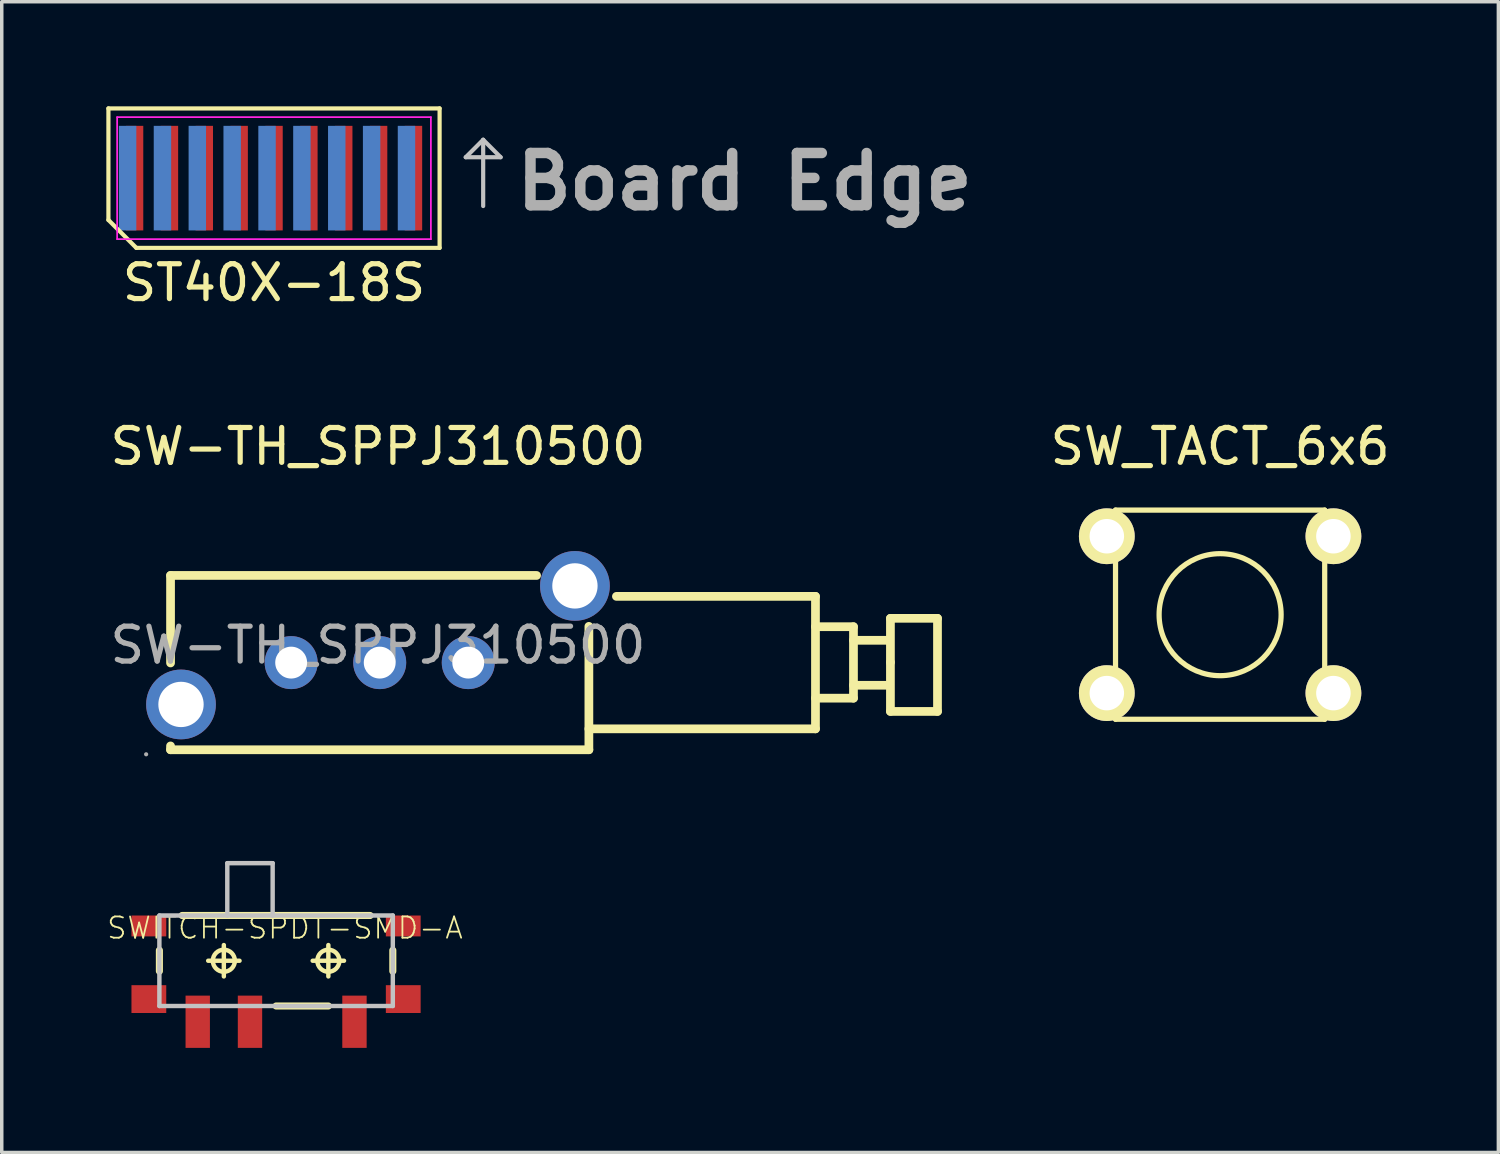
<source format=kicad_pcb>
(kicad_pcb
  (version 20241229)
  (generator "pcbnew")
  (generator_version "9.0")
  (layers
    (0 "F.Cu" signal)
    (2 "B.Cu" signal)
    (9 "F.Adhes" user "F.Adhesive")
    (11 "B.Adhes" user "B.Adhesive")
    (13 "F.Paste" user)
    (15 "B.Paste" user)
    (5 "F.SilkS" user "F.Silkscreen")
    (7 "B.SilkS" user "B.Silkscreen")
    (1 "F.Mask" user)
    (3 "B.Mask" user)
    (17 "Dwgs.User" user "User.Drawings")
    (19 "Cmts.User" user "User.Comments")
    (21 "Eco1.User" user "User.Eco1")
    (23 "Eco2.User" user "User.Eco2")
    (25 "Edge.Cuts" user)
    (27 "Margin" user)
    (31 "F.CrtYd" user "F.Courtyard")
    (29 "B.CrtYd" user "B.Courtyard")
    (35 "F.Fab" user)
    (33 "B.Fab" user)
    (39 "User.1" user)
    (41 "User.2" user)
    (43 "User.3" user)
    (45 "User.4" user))
  (footprint "ST40X-18S"
    (layer "F.Cu")
    (at 4.81 2.06)
    (property "Reference" "ST40X-18S" (at 0 3 0) (layer "F.SilkS") (effects (font (size 1 1) (thickness 0.15))))
    (attr smd)
    (fp_line (start -4.75 -2) (end 4.75 -2) (stroke (width 0.12) (type solid)) (layer "F.SilkS"))
    (fp_line (start -4.75 1.2) (end -4.75 -2) (stroke (width 0.12) (type solid)) (layer "F.SilkS"))
    (fp_line (start -3.95 2) (end -4.75 1.2) (stroke (width 0.12) (type solid)) (layer "F.SilkS"))
    (fp_line (start 4.75 -2) (end 4.75 2) (stroke (width 0.12) (type solid)) (layer "F.SilkS"))
    (fp_line (start 4.75 2) (end -3.95 2) (stroke (width 0.12) (type solid)) (layer "F.SilkS"))
    (fp_line (start 5.5 -0.6) (end 6.5 -0.6) (stroke (width 0.12) (type solid)) (layer "Dwgs.User"))
    (fp_line (start 6 -1.1) (end 5.5 -0.6) (stroke (width 0.12) (type solid)) (layer "Dwgs.User"))
    (fp_line (start 6 0.8) (end 6 -1.1) (stroke (width 0.12) (type solid)) (layer "Dwgs.User"))
    (fp_line (start 6.5 -0.6) (end 6 -1.1) (stroke (width 0.12) (type solid)) (layer "Dwgs.User"))
    (fp_line (start -4.5 -1.75) (end 4.5 -1.75) (stroke (width 0.05) (type solid)) (layer "F.CrtYd"))
    (fp_line (start -4.5 1.75) (end -4.5 -1.75) (stroke (width 0.05) (type solid)) (layer "F.CrtYd"))
    (fp_line (start 4.5 -1.75) (end 4.5 1.75) (stroke (width 0.05) (type solid)) (layer "F.CrtYd"))
    (fp_line (start 4.5 1.75) (end -4.5 1.75) (stroke (width 0.05) (type solid)) (layer "F.CrtYd"))
    (fp_text user "Board Edge" (at 13.5 0.1 0) (layer "F.Fab") (effects (font (size 1.5 1.5) (thickness 0.3))))
    (pad "1" smd rect (at -4 0) (size 0.5 3) (layers "F.Cu" "F.Mask" "F.Paste"))
    (pad "2" smd rect (at -4.2 0) (size 0.5 3) (layers "B.Cu" "B.Mask" "B.Paste"))
    (pad "3" smd rect (at -3 0) (size 0.5 3) (layers "F.Cu" "F.Mask" "F.Paste"))
    (pad "4" smd rect (at -3.2 0) (size 0.5 3) (layers "B.Cu" "B.Mask" "B.Paste"))
    (pad "5" smd rect (at -2 0) (size 0.5 3) (layers "F.Cu" "F.Mask" "F.Paste"))
    (pad "6" smd rect (at -2.2 0) (size 0.5 3) (layers "B.Cu" "B.Mask" "B.Paste"))
    (pad "7" smd rect (at -1 0) (size 0.5 3) (layers "F.Cu" "F.Mask" "F.Paste"))
    (pad "8" smd rect (at -1.2 0) (size 0.5 3) (layers "B.Cu" "B.Mask" "B.Paste"))
    (pad "9" smd rect (at 0 0) (size 0.5 3) (layers "F.Cu" "F.Mask" "F.Paste"))
    (pad "10" smd rect (at -0.2 0) (size 0.5 3) (layers "B.Cu" "B.Mask" "B.Paste"))
    (pad "11" smd rect (at 1 0) (size 0.5 3) (layers "F.Cu" "F.Mask" "F.Paste"))
    (pad "12" smd rect (at 0.8 0) (size 0.5 3) (layers "B.Cu" "B.Mask" "B.Paste"))
    (pad "13" smd rect (at 2 0) (size 0.5 3) (layers "F.Cu" "F.Mask" "F.Paste"))
    (pad "14" smd rect (at 1.8 0) (size 0.5 3) (layers "B.Cu" "B.Mask" "B.Paste"))
    (pad "15" smd rect (at 3 0) (size 0.5 3) (layers "F.Cu" "F.Mask" "F.Paste"))
    (pad "16" smd rect (at 2.8 0) (size 0.5 3) (layers "B.Cu" "B.Mask" "B.Paste"))
    (pad "17" smd rect (at 4 0) (size 0.5 3) (layers "F.Cu" "F.Mask" "F.Paste"))
    (pad "18" smd rect (at 3.8 0) (size 0.5 3) (layers "B.Cu" "B.Mask" "B.Paste")))
  (footprint "SW-TH_SPPJ310500"
    (layer "F.Cu")
    (at 7.792 15.457)
    (property "Reference" "SW-TH_SPPJ310500" (at 0 -5.7 0) (layer "F.SilkS") (effects (font (size 1 1) (thickness 0.15))))
    (attr through_hole)
    (fp_line (start -5.95 -2) (end -5.95 0.51) (stroke (width 0.25) (type solid)) (layer "F.SilkS"))
    (fp_line (start -5.95 -2) (end 4.55 -2) (stroke (width 0.25) (type solid)) (layer "F.SilkS"))
    (fp_line (start -5.95 2.89) (end -5.95 3) (stroke (width 0.25) (type solid)) (layer "F.SilkS"))
    (fp_line (start -5.95 3) (end 6.05 3) (stroke (width 0.25) (type solid)) (layer "F.SilkS"))
    (fp_line (start 6.05 2.4) (end 12.55 2.4) (stroke (width 0.25) (type solid)) (layer "F.SilkS"))
    (fp_line (start 6.05 3) (end 6.05 -0.54) (stroke (width 0.25) (type solid)) (layer "F.SilkS"))
    (fp_line (start 12.55 -1.4) (end 6.84 -1.4) (stroke (width 0.25) (type solid)) (layer "F.SilkS"))
    (fp_line (start 12.55 -0.53) (end 13.64 -0.53) (stroke (width 0.25) (type solid)) (layer "F.SilkS"))
    (fp_line (start 12.55 2.4) (end 12.55 -1.4) (stroke (width 0.25) (type solid)) (layer "F.SilkS"))
    (fp_line (start 13.64 -0.53) (end 13.64 1.52) (stroke (width 0.25) (type solid)) (layer "F.SilkS"))
    (fp_line (start 13.64 -0.14) (end 14.66 -0.14) (stroke (width 0.25) (type solid)) (layer "F.SilkS"))
    (fp_line (start 13.64 1.15) (end 14.66 1.15) (stroke (width 0.25) (type solid)) (layer "F.SilkS"))
    (fp_line (start 13.64 1.52) (end 12.55 1.52) (stroke (width 0.25) (type solid)) (layer "F.SilkS"))
    (fp_line (start 14.7 -0.77) (end 16.05 -0.77) (stroke (width 0.25) (type solid)) (layer "F.SilkS"))
    (fp_line (start 14.7 0.49) (end 14.7 -0.77) (stroke (width 0.25) (type solid)) (layer "F.SilkS"))
    (fp_line (start 14.7 0.49) (end 14.7 1.9) (stroke (width 0.25) (type solid)) (layer "F.SilkS"))
    (fp_line (start 14.7 1.9) (end 16.05 1.9) (stroke (width 0.25) (type solid)) (layer "F.SilkS"))
    (fp_line (start 16.05 -0.77) (end 16.05 1.9) (stroke (width 0.25) (type solid)) (layer "F.SilkS"))
    (fp_circle (center -6.65 3.13) (end -6.62 3.13) (stroke (width 0.06) (type solid)) (fill no) (layer "F.Fab"))
    (fp_circle (center -5.65 1.7) (end -5.37 1.7) (stroke (width 0.55) (type solid)) (fill no) (layer "F.Fab"))
    (fp_circle (center -2.49 0.5) (end -2.31 0.5) (stroke (width 0.36) (type solid)) (fill no) (layer "F.Fab"))
    (fp_circle (center 0.05 0.5) (end 0.23 0.5) (stroke (width 0.36) (type solid)) (fill no) (layer "F.Fab"))
    (fp_circle (center 2.59 0.5) (end 2.77 0.5) (stroke (width 0.36) (type solid)) (fill no) (layer "F.Fab"))
    (fp_circle (center 5.65 -1.7) (end 5.93 -1.7) (stroke (width 0.55) (type solid)) (fill no) (layer "F.Fab"))
    (fp_text user "${REFERENCE}" (at 0 0 0) (layer "F.Fab") (effects (font (size 1 1) (thickness 0.15))))
    (pad "1" thru_hole circle (at -2.49 0.5) (size 1.52 1.52) (drill 0.914) (layers "*.Cu" "*.Paste" "*.Mask"))
    (pad "2" thru_hole circle (at 0.05 0.5) (size 1.52 1.52) (drill 0.914) (layers "*.Cu" "*.Paste" "*.Mask"))
    (pad "3" thru_hole circle (at 2.59 0.5) (size 1.52 1.52) (drill 0.914) (layers "*.Cu" "*.Paste" "*.Mask"))
    (pad "4" thru_hole circle (at -5.65 1.7) (size 2 2) (drill 1.3) (layers "*.Cu" "*.Paste" "*.Mask"))
    (pad "4" thru_hole circle (at 5.65 -1.7) (size 2 2) (drill 1.3) (layers "*.Cu" "*.Paste" "*.Mask")))
  (footprint "SWITCH-SPDT-SMD-A"
    (layer "F.Cu")
    (at 4.87 24.509)
    (property "Reference" "SWITCH-SPDT-SMD-A" (at 0.254 -0.94 0) (layer "F.SilkS") (effects (font (size 0.61 0.61) (thickness 0.051))))
    (attr smd)
    (fp_line (start -3.348 -0.3) (end -3.348 0.3) (stroke (width 0.203) (type solid)) (layer "F.SilkS"))
    (fp_line (start -1.948 0) (end -1.049 0) (stroke (width 0.127) (type solid)) (layer "F.SilkS"))
    (fp_line (start -1.499 0.45) (end -1.499 -0.45) (stroke (width 0.127) (type solid)) (layer "F.SilkS"))
    (fp_line (start 1.049 0) (end 1.948 0) (stroke (width 0.127) (type solid)) (layer "F.SilkS"))
    (fp_line (start 1.499 0.45) (end 1.499 -0.45) (stroke (width 0.127) (type solid)) (layer "F.SilkS"))
    (fp_line (start 1.499 1.298) (end 0 1.298) (stroke (width 0.203) (type solid)) (layer "F.SilkS"))
    (fp_line (start 2.697 -1.298) (end -2.697 -1.298) (stroke (width 0.203) (type solid)) (layer "F.SilkS"))
    (fp_line (start 3.348 -0.3) (end 3.348 0.3) (stroke (width 0.203) (type solid)) (layer "F.SilkS"))
    (fp_circle (center -1.499 0) (end -1.722 0.224) (stroke (width 0.127) (type solid)) (fill no) (layer "F.SilkS"))
    (fp_circle (center 1.499 0) (end 1.722 0.224) (stroke (width 0.127) (type solid)) (fill no) (layer "F.SilkS"))
    (fp_line (start -3.348 -1.298) (end -3.348 1.298) (stroke (width 0.127) (type solid)) (layer "Dwgs.User"))
    (fp_line (start -3.348 1.298) (end 3.348 1.298) (stroke (width 0.127) (type solid)) (layer "Dwgs.User"))
    (fp_line (start -1.4 -2.799) (end -1.4 -1.298) (stroke (width 0.127) (type solid)) (layer "Dwgs.User"))
    (fp_line (start -1.4 -1.298) (end -3.348 -1.298) (stroke (width 0.127) (type solid)) (layer "Dwgs.User"))
    (fp_line (start -0.099 -2.799) (end -1.4 -2.799) (stroke (width 0.127) (type solid)) (layer "Dwgs.User"))
    (fp_line (start -0.099 -1.298) (end -1.4 -1.298) (stroke (width 0.127) (type solid)) (layer "Dwgs.User"))
    (fp_line (start -0.099 -1.298) (end -0.099 -2.799) (stroke (width 0.127) (type solid)) (layer "Dwgs.User"))
    (fp_line (start 3.348 -1.298) (end -0.099 -1.298) (stroke (width 0.127) (type solid)) (layer "Dwgs.User"))
    (fp_line (start 3.348 1.298) (end 3.348 -1.298) (stroke (width 0.127) (type solid)) (layer "Dwgs.User"))
    (pad "1" smd rect (at -2.248 1.75 180) (size 0.699 1.499) (layers "F.Cu" "F.Mask" "F.Paste"))
    (pad "2" smd rect (at -0.749 1.75 180) (size 0.699 1.499) (layers "F.Cu" "F.Mask" "F.Paste"))
    (pad "3" smd rect (at 2.248 1.75 180) (size 0.699 1.499) (layers "F.Cu" "F.Mask" "F.Paste"))
    (pad "GND1" smd rect (at -3.65 -0.998) (size 0.998 0.599) (layers "F.Cu" "F.Mask" "F.Paste"))
    (pad "GND2" smd rect (at -3.65 1.1) (size 0.998 0.798) (layers "F.Cu" "F.Mask" "F.Paste"))
    (pad "GND3" smd rect (at 3.647 -0.998) (size 0.998 0.599) (layers "F.Cu" "F.Mask" "F.Paste"))
    (pad "GND4" smd rect (at 3.647 1.1) (size 0.998 0.798) (layers "F.Cu" "F.Mask" "F.Paste")))
  (footprint "SW_TACT_6x6"
    (layer "F.Cu")
    (at 31.949 14.582)
    (property "Reference" "SW_TACT_6x6" (at 0 -4.826 0) (layer "F.SilkS") (effects (font (size 1 1) (thickness 0.15))))
    (attr through_hole)
    (fp_line (start -3 -3) (end -3 3) (stroke (width 0.15) (type solid)) (layer "F.SilkS"))
    (fp_line (start -3 -3) (end 3 -3) (stroke (width 0.15) (type solid)) (layer "F.SilkS"))
    (fp_line (start 3 -3) (end 3 3) (stroke (width 0.15) (type solid)) (layer "F.SilkS"))
    (fp_line (start 3 3) (end -3 3) (stroke (width 0.15) (type solid)) (layer "F.SilkS"))
    (fp_circle (center 0 0) (end 0 -1.75) (stroke (width 0.15) (type solid)) (fill no) (layer "F.SilkS"))
    (pad "1" thru_hole circle (at -3.25 -2.25) (size 1.6 1.6) (drill 0.99) (layers "*.Cu" "*.Mask" "F.SilkS"))
    (pad "1" thru_hole circle (at 3.25 -2.25) (size 1.6 1.6) (drill 0.99) (layers "*.Cu" "*.Mask" "F.SilkS"))
    (pad "2" thru_hole circle (at -3.25 2.25) (size 1.6 1.6) (drill 0.99) (layers "*.Cu" "*.Mask" "F.SilkS"))
    (pad "2" thru_hole circle (at 3.25 2.25) (size 1.6 1.6) (drill 0.99) (layers "*.Cu" "*.Mask" "F.SilkS")))
  (gr_rect
    (start -3 -3)
    (end 39.931 30.008)
    (stroke (width 0.1) (type default))
    (fill no)
    (layer "Edge.Cuts")))
</source>
